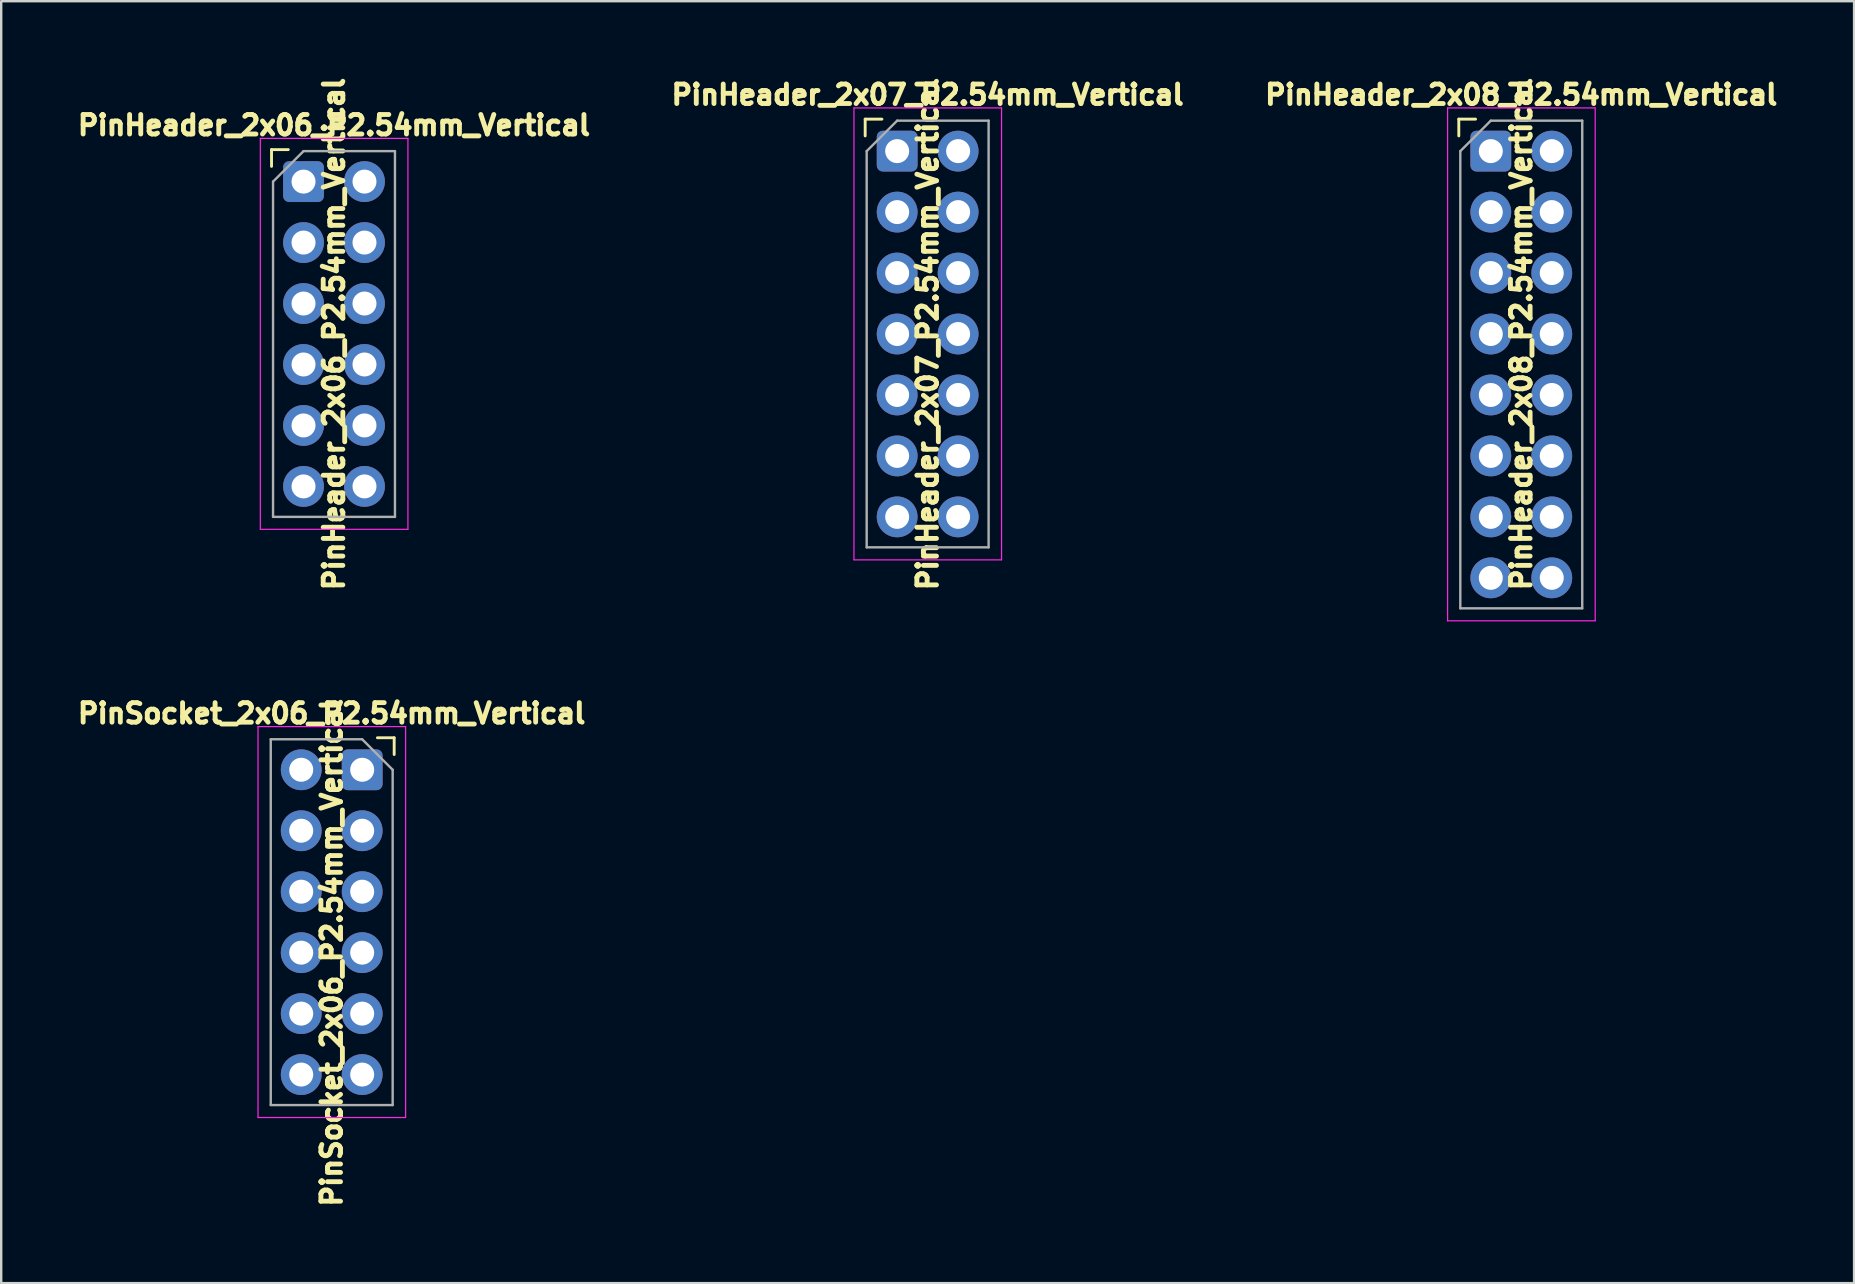
<source format=kicad_pcb>
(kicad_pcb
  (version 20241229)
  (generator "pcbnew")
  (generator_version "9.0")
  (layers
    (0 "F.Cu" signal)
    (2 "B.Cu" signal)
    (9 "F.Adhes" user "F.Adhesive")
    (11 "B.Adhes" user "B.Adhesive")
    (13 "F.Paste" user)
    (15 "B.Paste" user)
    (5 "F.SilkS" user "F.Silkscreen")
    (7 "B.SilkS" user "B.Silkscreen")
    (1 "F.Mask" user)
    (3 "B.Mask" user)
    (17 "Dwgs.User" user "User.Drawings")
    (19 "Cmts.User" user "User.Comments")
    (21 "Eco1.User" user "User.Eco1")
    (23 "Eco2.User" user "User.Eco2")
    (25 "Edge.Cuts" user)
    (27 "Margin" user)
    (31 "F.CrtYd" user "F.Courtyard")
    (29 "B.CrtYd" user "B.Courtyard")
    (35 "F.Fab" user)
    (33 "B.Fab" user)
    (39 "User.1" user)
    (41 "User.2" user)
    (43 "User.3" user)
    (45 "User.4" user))
  (footprint "PinHeader_2x08_P2.54mm_Vertical"
    (layer "F.Cu")
    (at 59.067 3.247)
    (property "Reference" "PinHeader_2x08_P2.54mm_Vertical" (at 1.27 7.62 90) (layer "F.SilkS") (effects (font (size 0.818 0.813) (thickness 0.203) (bold yes))))
    (attr through_hole)
    (fp_line (start -1.333 -1.333) (end -1.333 -0.635) (stroke (width 0.12) (type solid)) (layer "F.SilkS"))
    (fp_line (start -1.333 -1.333) (end -0.635 -1.333) (stroke (width 0.12) (type solid)) (layer "F.SilkS"))
    (fp_line (start -1.8 -1.8) (end -1.8 19.57) (stroke (width 0.05) (type solid)) (layer "F.CrtYd"))
    (fp_line (start -1.8 19.57) (end 4.35 19.57) (stroke (width 0.05) (type solid)) (layer "F.CrtYd"))
    (fp_line (start 4.35 -1.8) (end -1.8 -1.8) (stroke (width 0.05) (type solid)) (layer "F.CrtYd"))
    (fp_line (start 4.35 19.57) (end 4.35 -1.8) (stroke (width 0.05) (type solid)) (layer "F.CrtYd"))
    (fp_line (start -1.27 0) (end 0 -1.27) (stroke (width 0.1) (type solid)) (layer "F.Fab"))
    (fp_line (start -1.27 19.05) (end -1.27 0) (stroke (width 0.1) (type solid)) (layer "F.Fab"))
    (fp_line (start 0 -1.27) (end 3.81 -1.27) (stroke (width 0.1) (type solid)) (layer "F.Fab"))
    (fp_line (start 3.81 -1.27) (end 3.81 19.05) (stroke (width 0.1) (type solid)) (layer "F.Fab"))
    (fp_line (start 3.81 19.05) (end -1.27 19.05) (stroke (width 0.1) (type solid)) (layer "F.Fab"))
    (fp_text user "${REFERENCE}" (at 1.27 -2.349 0) (layer "F.SilkS") (effects (font (size 0.813 0.813) (thickness 0.203) (bold yes))))
    (pad "1" thru_hole roundrect (at 0 0) (size 1.7 1.7) (drill 1) (layers "*.Cu" "*.Mask") (roundrect_rratio 0.147))
    (pad "2" thru_hole oval (at 2.54 0) (size 1.7 1.7) (drill 1) (layers "*.Cu" "*.Mask"))
    (pad "3" thru_hole oval (at 0 2.54) (size 1.7 1.7) (drill 1) (layers "*.Cu" "*.Mask"))
    (pad "4" thru_hole oval (at 2.54 2.54) (size 1.7 1.7) (drill 1) (layers "*.Cu" "*.Mask"))
    (pad "5" thru_hole oval (at 0 5.08) (size 1.7 1.7) (drill 1) (layers "*.Cu" "*.Mask"))
    (pad "6" thru_hole oval (at 2.54 5.08) (size 1.7 1.7) (drill 1) (layers "*.Cu" "*.Mask"))
    (pad "7" thru_hole oval (at 0 7.62) (size 1.7 1.7) (drill 1) (layers "*.Cu" "*.Mask"))
    (pad "8" thru_hole oval (at 2.54 7.62) (size 1.7 1.7) (drill 1) (layers "*.Cu" "*.Mask"))
    (pad "9" thru_hole oval (at 0 10.16) (size 1.7 1.7) (drill 1) (layers "*.Cu" "*.Mask"))
    (pad "10" thru_hole oval (at 2.54 10.16) (size 1.7 1.7) (drill 1) (layers "*.Cu" "*.Mask"))
    (pad "11" thru_hole oval (at 0 12.7) (size 1.7 1.7) (drill 1) (layers "*.Cu" "*.Mask"))
    (pad "12" thru_hole oval (at 2.54 12.7) (size 1.7 1.7) (drill 1) (layers "*.Cu" "*.Mask"))
    (pad "13" thru_hole oval (at 0 15.24) (size 1.7 1.7) (drill 1) (layers "*.Cu" "*.Mask"))
    (pad "14" thru_hole oval (at 2.54 15.24) (size 1.7 1.7) (drill 1) (layers "*.Cu" "*.Mask"))
    (pad "15" thru_hole oval (at 0 17.78) (size 1.7 1.7) (drill 1) (layers "*.Cu" "*.Mask"))
    (pad "16" thru_hole oval (at 2.54 17.78) (size 1.7 1.7) (drill 1) (layers "*.Cu" "*.Mask")))
  (footprint "PinHeader_2x06_P2.54mm_Vertical"
    (layer "F.Cu")
    (at 9.597 4.517)
    (property "Reference" "PinHeader_2x06_P2.54mm_Vertical" (at 1.27 6.35 90) (layer "F.SilkS") (effects (font (size 0.818 0.813) (thickness 0.203) (bold yes))))
    (attr through_hole)
    (fp_line (start -1.333 -1.333) (end -1.333 -0.635) (stroke (width 0.12) (type solid)) (layer "F.SilkS"))
    (fp_line (start -1.333 -1.333) (end -0.635 -1.333) (stroke (width 0.12) (type solid)) (layer "F.SilkS"))
    (fp_line (start -1.8 -1.8) (end -1.8 14.49) (stroke (width 0.05) (type solid)) (layer "F.CrtYd"))
    (fp_line (start -1.8 14.49) (end 4.35 14.49) (stroke (width 0.05) (type solid)) (layer "F.CrtYd"))
    (fp_line (start 4.35 -1.8) (end -1.8 -1.8) (stroke (width 0.05) (type solid)) (layer "F.CrtYd"))
    (fp_line (start 4.35 14.49) (end 4.35 -1.8) (stroke (width 0.05) (type solid)) (layer "F.CrtYd"))
    (fp_line (start -1.27 0) (end 0 -1.27) (stroke (width 0.1) (type solid)) (layer "F.Fab"))
    (fp_line (start -1.27 13.97) (end -1.27 0) (stroke (width 0.1) (type solid)) (layer "F.Fab"))
    (fp_line (start 0 -1.27) (end 3.81 -1.27) (stroke (width 0.1) (type solid)) (layer "F.Fab"))
    (fp_line (start 3.81 -1.27) (end 3.81 13.97) (stroke (width 0.1) (type solid)) (layer "F.Fab"))
    (fp_line (start 3.81 13.97) (end -1.27 13.97) (stroke (width 0.1) (type solid)) (layer "F.Fab"))
    (fp_text user "${REFERENCE}" (at 1.27 -2.349 0) (layer "F.SilkS") (effects (font (size 0.813 0.813) (thickness 0.203) (bold yes))))
    (pad "1" thru_hole roundrect (at 0 0) (size 1.7 1.7) (drill 1) (layers "*.Cu" "*.Mask") (roundrect_rratio 0.147))
    (pad "2" thru_hole oval (at 2.54 0) (size 1.7 1.7) (drill 1) (layers "*.Cu" "*.Mask"))
    (pad "3" thru_hole oval (at 0 2.54) (size 1.7 1.7) (drill 1) (layers "*.Cu" "*.Mask"))
    (pad "4" thru_hole oval (at 2.54 2.54) (size 1.7 1.7) (drill 1) (layers "*.Cu" "*.Mask"))
    (pad "5" thru_hole oval (at 0 5.08) (size 1.7 1.7) (drill 1) (layers "*.Cu" "*.Mask"))
    (pad "6" thru_hole oval (at 2.54 5.08) (size 1.7 1.7) (drill 1) (layers "*.Cu" "*.Mask"))
    (pad "7" thru_hole oval (at 0 7.62) (size 1.7 1.7) (drill 1) (layers "*.Cu" "*.Mask"))
    (pad "8" thru_hole oval (at 2.54 7.62) (size 1.7 1.7) (drill 1) (layers "*.Cu" "*.Mask"))
    (pad "9" thru_hole oval (at 0 10.16) (size 1.7 1.7) (drill 1) (layers "*.Cu" "*.Mask"))
    (pad "10" thru_hole oval (at 2.54 10.16) (size 1.7 1.7) (drill 1) (layers "*.Cu" "*.Mask"))
    (pad "11" thru_hole oval (at 0 12.7) (size 1.7 1.7) (drill 1) (layers "*.Cu" "*.Mask"))
    (pad "12" thru_hole oval (at 2.54 12.7) (size 1.7 1.7) (drill 1) (layers "*.Cu" "*.Mask")))
  (footprint "PinSocket_2x06_P2.54mm_Vertical"
    (layer "F.Cu")
    (at 9.501 29.024)
    (property "Reference" "PinSocket_2x06_P2.54mm_Vertical" (at 1.27 7.62 90) (layer "F.SilkS") (effects (font (size 0.818 0.813) (thickness 0.203) (bold yes))))
    (attr through_hole)
    (fp_line (start 3.873 -1.333) (end 3.175 -1.333) (stroke (width 0.12) (type solid)) (layer "F.SilkS"))
    (fp_line (start 3.873 -1.333) (end 3.873 -0.635) (stroke (width 0.12) (type solid)) (layer "F.SilkS"))
    (fp_line (start -1.8 -1.8) (end -1.8 14.49) (stroke (width 0.05) (type solid)) (layer "F.CrtYd"))
    (fp_line (start -1.8 14.49) (end 4.35 14.49) (stroke (width 0.05) (type solid)) (layer "F.CrtYd"))
    (fp_line (start 4.35 -1.8) (end -1.8 -1.8) (stroke (width 0.05) (type solid)) (layer "F.CrtYd"))
    (fp_line (start 4.35 14.49) (end 4.35 -1.8) (stroke (width 0.05) (type solid)) (layer "F.CrtYd"))
    (fp_line (start -1.27 -1.27) (end 2.54 -1.27) (stroke (width 0.1) (type solid)) (layer "F.Fab"))
    (fp_line (start -1.27 13.97) (end -1.27 -1.27) (stroke (width 0.1) (type solid)) (layer "F.Fab"))
    (fp_line (start 3.81 0) (end 2.54 -1.27) (stroke (width 0.1) (type solid)) (layer "F.Fab"))
    (fp_line (start 3.81 0) (end 3.81 13.97) (stroke (width 0.1) (type solid)) (layer "F.Fab"))
    (fp_line (start 3.81 13.97) (end -1.27 13.97) (stroke (width 0.1) (type solid)) (layer "F.Fab"))
    (fp_text user "${REFERENCE}" (at 1.27 -2.349 0) (layer "F.SilkS") (effects (font (size 0.813 0.813) (thickness 0.203) (bold yes))))
    (pad "1" thru_hole roundrect (at 2.54 0) (size 1.7 1.7) (drill 1) (layers "*.Cu" "*.Mask") (roundrect_rratio 0.147))
    (pad "2" thru_hole oval (at 0 0) (size 1.7 1.7) (drill 1) (layers "*.Cu" "*.Mask"))
    (pad "3" thru_hole oval (at 2.54 2.54) (size 1.7 1.7) (drill 1) (layers "*.Cu" "*.Mask"))
    (pad "4" thru_hole oval (at 0 2.54) (size 1.7 1.7) (drill 1) (layers "*.Cu" "*.Mask"))
    (pad "5" thru_hole oval (at 2.54 5.08) (size 1.7 1.7) (drill 1) (layers "*.Cu" "*.Mask"))
    (pad "6" thru_hole oval (at 0 5.08) (size 1.7 1.7) (drill 1) (layers "*.Cu" "*.Mask"))
    (pad "7" thru_hole oval (at 2.54 7.62) (size 1.7 1.7) (drill 1) (layers "*.Cu" "*.Mask"))
    (pad "8" thru_hole oval (at 0 7.62) (size 1.7 1.7) (drill 1) (layers "*.Cu" "*.Mask"))
    (pad "9" thru_hole oval (at 2.54 10.16) (size 1.7 1.7) (drill 1) (layers "*.Cu" "*.Mask"))
    (pad "10" thru_hole oval (at 0 10.16) (size 1.7 1.7) (drill 1) (layers "*.Cu" "*.Mask"))
    (pad "11" thru_hole oval (at 2.54 12.7) (size 1.7 1.7) (drill 1) (layers "*.Cu" "*.Mask"))
    (pad "12" thru_hole oval (at 0 12.7) (size 1.7 1.7) (drill 1) (layers "*.Cu" "*.Mask")))
  (footprint "PinHeader_2x07_P2.54mm_Vertical"
    (layer "F.Cu")
    (at 34.332 3.247)
    (property "Reference" "PinHeader_2x07_P2.54mm_Vertical" (at 1.27 7.62 90) (layer "F.SilkS") (effects (font (size 0.818 0.813) (thickness 0.203) (bold yes))))
    (attr through_hole)
    (fp_line (start -1.333 -1.333) (end -1.333 -0.635) (stroke (width 0.12) (type solid)) (layer "F.SilkS"))
    (fp_line (start -1.333 -1.333) (end -0.635 -1.333) (stroke (width 0.12) (type solid)) (layer "F.SilkS"))
    (fp_line (start -1.8 -1.8) (end -1.8 17.03) (stroke (width 0.05) (type solid)) (layer "F.CrtYd"))
    (fp_line (start -1.8 17.03) (end 4.35 17.03) (stroke (width 0.05) (type solid)) (layer "F.CrtYd"))
    (fp_line (start 4.35 -1.8) (end -1.8 -1.8) (stroke (width 0.05) (type solid)) (layer "F.CrtYd"))
    (fp_line (start 4.35 17.03) (end 4.35 -1.8) (stroke (width 0.05) (type solid)) (layer "F.CrtYd"))
    (fp_line (start -1.27 0) (end 0 -1.27) (stroke (width 0.1) (type solid)) (layer "F.Fab"))
    (fp_line (start -1.27 16.51) (end -1.27 0) (stroke (width 0.1) (type solid)) (layer "F.Fab"))
    (fp_line (start 0 -1.27) (end 3.81 -1.27) (stroke (width 0.1) (type solid)) (layer "F.Fab"))
    (fp_line (start 3.81 -1.27) (end 3.81 16.51) (stroke (width 0.1) (type solid)) (layer "F.Fab"))
    (fp_line (start 3.81 16.51) (end -1.27 16.51) (stroke (width 0.1) (type solid)) (layer "F.Fab"))
    (fp_text user "${REFERENCE}" (at 1.27 -2.349 0) (layer "F.SilkS") (effects (font (size 0.813 0.813) (thickness 0.203) (bold yes))))
    (pad "1" thru_hole roundrect (at 0 0) (size 1.7 1.7) (drill 1) (layers "*.Cu" "*.Mask") (roundrect_rratio 0.147))
    (pad "2" thru_hole oval (at 2.54 0) (size 1.7 1.7) (drill 1) (layers "*.Cu" "*.Mask"))
    (pad "3" thru_hole oval (at 0 2.54) (size 1.7 1.7) (drill 1) (layers "*.Cu" "*.Mask"))
    (pad "4" thru_hole oval (at 2.54 2.54) (size 1.7 1.7) (drill 1) (layers "*.Cu" "*.Mask"))
    (pad "5" thru_hole oval (at 0 5.08) (size 1.7 1.7) (drill 1) (layers "*.Cu" "*.Mask"))
    (pad "6" thru_hole oval (at 2.54 5.08) (size 1.7 1.7) (drill 1) (layers "*.Cu" "*.Mask"))
    (pad "7" thru_hole oval (at 0 7.62) (size 1.7 1.7) (drill 1) (layers "*.Cu" "*.Mask"))
    (pad "8" thru_hole oval (at 2.54 7.62) (size 1.7 1.7) (drill 1) (layers "*.Cu" "*.Mask"))
    (pad "9" thru_hole oval (at 0 10.16) (size 1.7 1.7) (drill 1) (layers "*.Cu" "*.Mask"))
    (pad "10" thru_hole oval (at 2.54 10.16) (size 1.7 1.7) (drill 1) (layers "*.Cu" "*.Mask"))
    (pad "11" thru_hole oval (at 0 12.7) (size 1.7 1.7) (drill 1) (layers "*.Cu" "*.Mask"))
    (pad "12" thru_hole oval (at 2.54 12.7) (size 1.7 1.7) (drill 1) (layers "*.Cu" "*.Mask"))
    (pad "13" thru_hole oval (at 0 15.24) (size 1.7 1.7) (drill 1) (layers "*.Cu" "*.Mask"))
    (pad "14" thru_hole oval (at 2.54 15.24) (size 1.7 1.7) (drill 1) (layers "*.Cu" "*.Mask")))
  (gr_rect
    (start -3 -3)
    (end 74.204 50.414)
    (stroke (width 0.1) (type default))
    (fill no)
    (layer "Edge.Cuts")))
</source>
